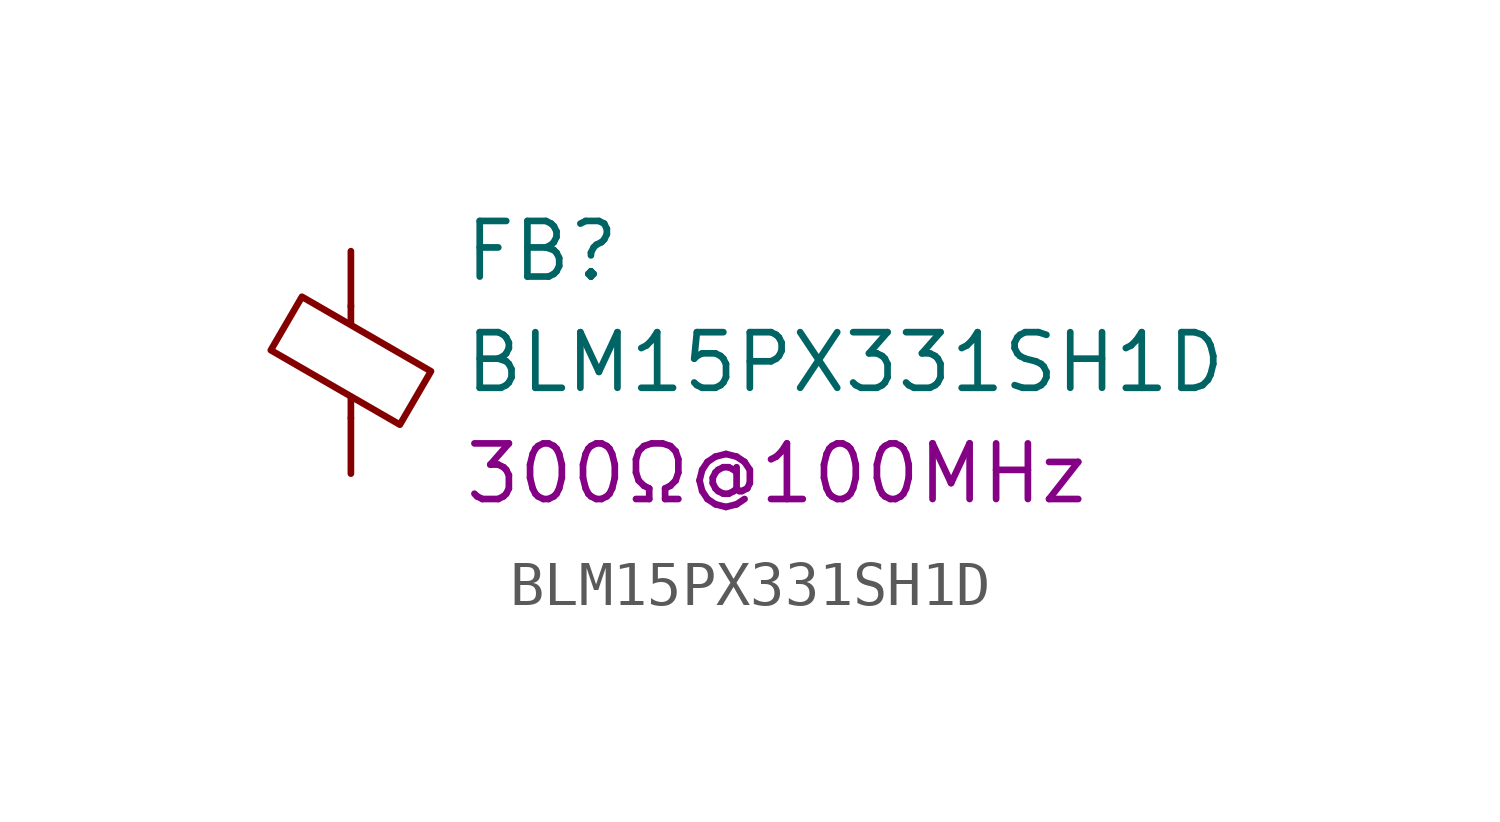
<source format=kicad_sym>
(kicad_symbol_lib
  (version 20241209)
  (generator "kicad_symbol_editor")
  (generator_version "9.0")
  (symbol "BLM15PX331SH1D"
    (pin_numbers
      (hide yes))
    (pin_names
      (offset 0))
    (property "Reference" "FB"
      (at 2.54 2.54 0)
      (effects (font (size 1.27 1.27)) (justify left)))
    (property "Value" "BLM15PX331SH1D"
      (at 2.54 0 0)
      (effects (font (size 1.27 1.27)) (justify left)))
    (property "Impedance" "300Ω@100MHz"
      (at 2.54 -2.54 0)
      (effects (font (size 1.27 1.27)) (justify left)))
    (symbol "BLM15PX331SH1D_0_1"
      (polyline (pts (xy -1.829 0.279) (xy -1.118 1.499) (xy 1.829 -0.203) (xy 1.118 -1.422) (xy -1.829 0.279)) (stroke (width 0) (type default)) (fill (type none)))
      (polyline (pts (xy 0 0.889) (xy 0 1.295)) (stroke (width 0) (type default)) (fill (type none)))
      (polyline (pts (xy 0 -1.27) (xy 0 -0.787)) (stroke (width 0) (type default)) (fill (type none))))
    (symbol "BLM15PX331SH1D_1_1"
      (pin power_in line (at 0 2.54 270) (length 1.27) (name "~" (effects (font (size 1.27 1.27)))) (number "1" (effects (font (size 1.27 1.27)))))
      (pin power_out line (at 0 -2.54 90) (length 1.27) (name "~" (effects (font (size 1.27 1.27)))) (number "2" (effects (font (size 1.27 1.27))))))))
</source>
